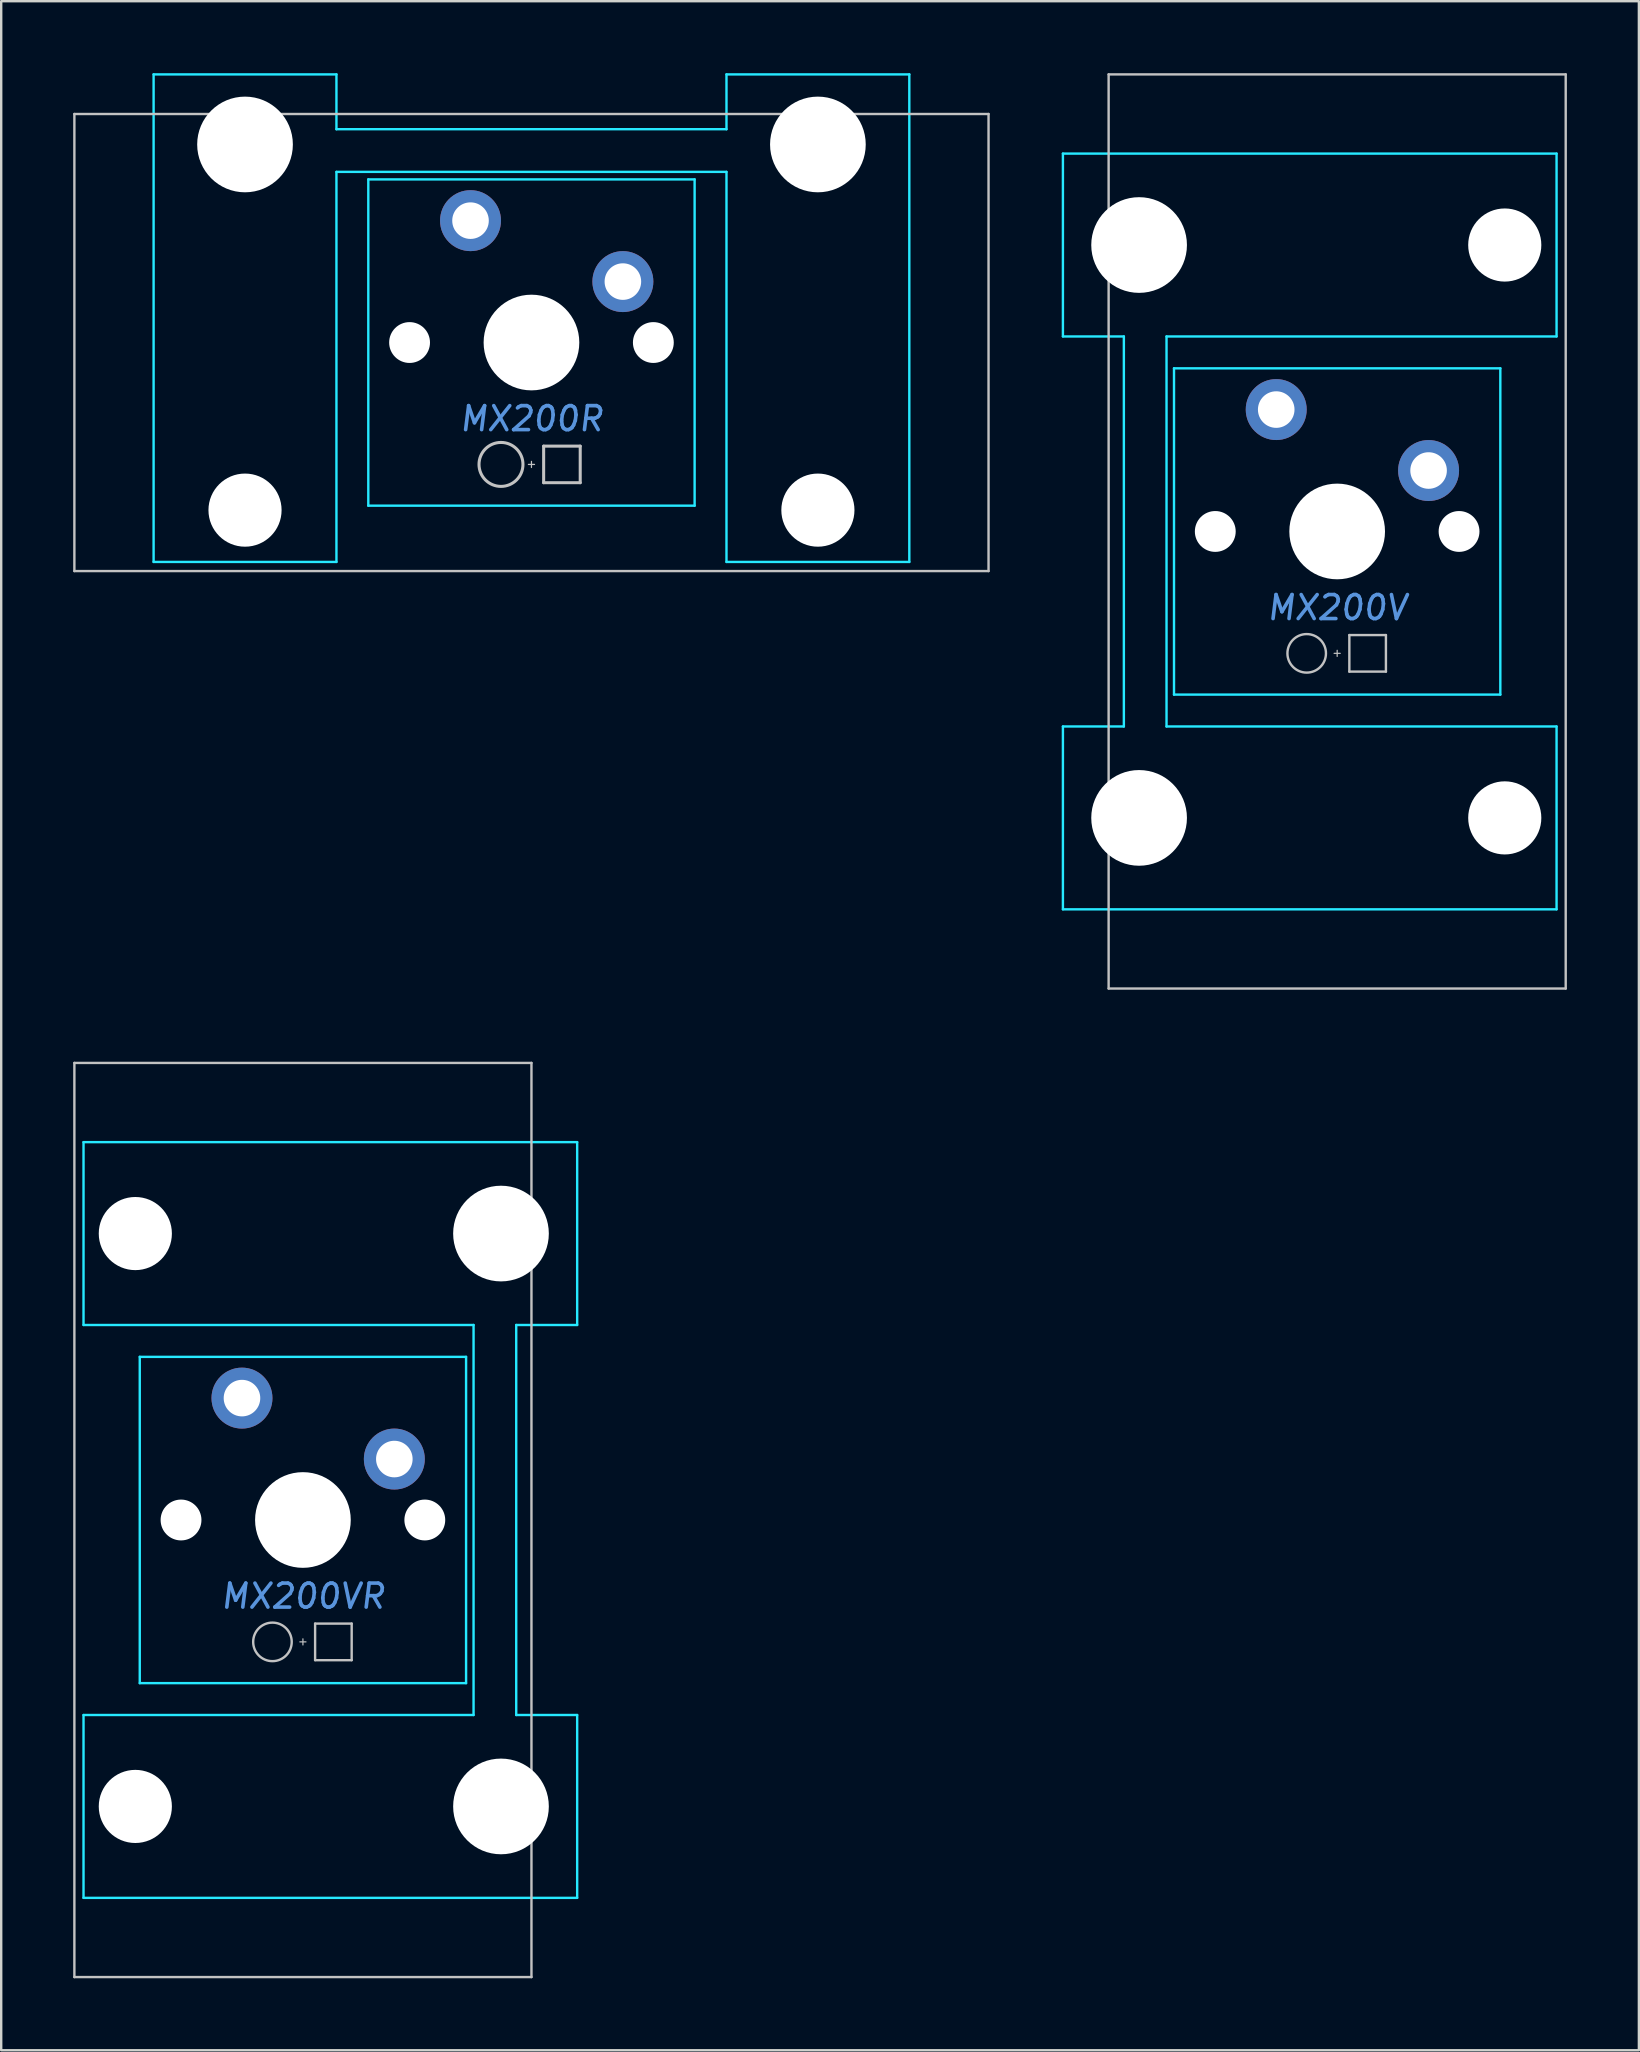
<source format=kicad_pcb>
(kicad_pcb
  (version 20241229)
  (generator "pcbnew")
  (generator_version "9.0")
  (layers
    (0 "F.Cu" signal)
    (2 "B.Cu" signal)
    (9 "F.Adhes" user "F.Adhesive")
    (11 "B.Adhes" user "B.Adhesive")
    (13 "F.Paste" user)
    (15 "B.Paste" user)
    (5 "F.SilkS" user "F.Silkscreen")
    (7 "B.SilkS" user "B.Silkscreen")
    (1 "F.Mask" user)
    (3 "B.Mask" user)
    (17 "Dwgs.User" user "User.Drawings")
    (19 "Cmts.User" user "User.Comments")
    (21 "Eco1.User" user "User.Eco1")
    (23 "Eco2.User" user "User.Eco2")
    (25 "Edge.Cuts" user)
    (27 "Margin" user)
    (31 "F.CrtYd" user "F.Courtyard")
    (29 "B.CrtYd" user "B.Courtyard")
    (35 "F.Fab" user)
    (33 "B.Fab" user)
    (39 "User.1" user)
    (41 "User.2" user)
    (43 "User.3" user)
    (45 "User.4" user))
  (footprint "MX200R"
    (layer "F.Cu")
    (at 19.1 11.226)
    (property "Reference" "MX200R" (at 0 3.175 0) (layer "Cmts.User") (effects (font (size 1 1) (thickness 0.15) (italic yes))))
    (attr through_hole)
    (fp_line (start -19.05 -9.525) (end -19.05 9.525) (stroke (width 0.1) (type solid)) (layer "Dwgs.User"))
    (fp_line (start -19.05 -9.525) (end 19.05 -9.525) (stroke (width 0.1) (type solid)) (layer "Dwgs.User"))
    (fp_line (start -19.05 9.525) (end 19.05 9.525) (stroke (width 0.1) (type solid)) (layer "Dwgs.User"))
    (fp_line (start -0.127 5.08) (end 0.127 5.08) (stroke (width 0.051) (type solid)) (layer "Dwgs.User"))
    (fp_line (start 0 4.953) (end 0 5.207) (stroke (width 0.051) (type solid)) (layer "Dwgs.User"))
    (fp_line (start 0.508 4.318) (end 0.508 5.842) (stroke (width 0.127) (type solid)) (layer "Dwgs.User"))
    (fp_line (start 0.508 4.318) (end 2.032 4.318) (stroke (width 0.127) (type solid)) (layer "Dwgs.User"))
    (fp_line (start 0.508 5.842) (end 2.032 5.842) (stroke (width 0.127) (type solid)) (layer "Dwgs.User"))
    (fp_line (start 2.032 5.842) (end 2.032 4.318) (stroke (width 0.127) (type solid)) (layer "Dwgs.User"))
    (fp_line (start 19.05 -9.525) (end 19.05 9.525) (stroke (width 0.1) (type solid)) (layer "Dwgs.User"))
    (fp_circle (center -1.27 5.08) (end -0.354 5.08) (stroke (width 0.127) (type solid)) (fill no) (layer "Dwgs.User"))
    (fp_line (start -15.748 9.144) (end -15.748 -11.176) (stroke (width 0.1) (type solid)) (layer "B.CrtYd"))
    (fp_line (start -8.128 -11.176) (end -15.748 -11.176) (stroke (width 0.1) (type solid)) (layer "B.CrtYd"))
    (fp_line (start -8.128 -8.89) (end -8.128 -11.176) (stroke (width 0.1) (type solid)) (layer "B.CrtYd"))
    (fp_line (start -8.128 -7.112) (end -8.128 9.144) (stroke (width 0.1) (type solid)) (layer "B.CrtYd"))
    (fp_line (start -8.128 9.144) (end -15.748 9.144) (stroke (width 0.1) (type solid)) (layer "B.CrtYd"))
    (fp_line (start -6.8 -6.8) (end -6.8 6.8) (stroke (width 0.1) (type solid)) (layer "B.CrtYd"))
    (fp_line (start 6.8 -6.8) (end -6.8 -6.8) (stroke (width 0.1) (type solid)) (layer "B.CrtYd"))
    (fp_line (start 6.8 -6.8) (end 6.8 6.8) (stroke (width 0.1) (type solid)) (layer "B.CrtYd"))
    (fp_line (start 6.8 6.8) (end -6.8 6.8) (stroke (width 0.1) (type solid)) (layer "B.CrtYd"))
    (fp_line (start 8.128 -8.89) (end -8.128 -8.89) (stroke (width 0.1) (type solid)) (layer "B.CrtYd"))
    (fp_line (start 8.128 -8.89) (end 8.128 -11.176) (stroke (width 0.1) (type solid)) (layer "B.CrtYd"))
    (fp_line (start 8.128 -7.112) (end -8.128 -7.112) (stroke (width 0.1) (type solid)) (layer "B.CrtYd"))
    (fp_line (start 8.128 -7.112) (end 8.128 9.144) (stroke (width 0.1) (type solid)) (layer "B.CrtYd"))
    (fp_line (start 15.748 -11.176) (end 8.128 -11.176) (stroke (width 0.1) (type solid)) (layer "B.CrtYd"))
    (fp_line (start 15.748 9.144) (end 8.128 9.144) (stroke (width 0.1) (type solid)) (layer "B.CrtYd"))
    (fp_line (start 15.748 9.144) (end 15.748 -11.176) (stroke (width 0.1) (type solid)) (layer "B.CrtYd"))
    (pad "" np_thru_hole circle (at -11.938 -8.255) (size 3.988 3.988) (drill 3.988) (layers "*.Cu" "*.Mask"))
    (pad "" np_thru_hole circle (at -11.938 6.985) (size 3.048 3.048) (drill 3.048) (layers "*.Cu" "*.Mask"))
    (pad "" np_thru_hole circle (at -5.08 0) (size 1.702 1.702) (drill 1.702) (layers "*.Cu" "*.Mask"))
    (pad "" connect circle (at -2.54 -5.08) (size 1.524 1.524) (layers "B.Mask"))
    (pad "" np_thru_hole circle (at 0 0) (size 3.988 3.988) (drill 3.988) (layers "*.Cu" "*.Mask"))
    (pad "" connect circle (at 3.81 -2.54) (size 1.524 1.524) (layers "B.Mask"))
    (pad "" np_thru_hole circle (at 5.08 0) (size 1.702 1.702) (drill 1.702) (layers "*.Cu" "*.Mask"))
    (pad "" np_thru_hole circle (at 11.938 -8.255) (size 3.988 3.988) (drill 3.988) (layers "*.Cu" "*.Mask"))
    (pad "" np_thru_hole circle (at 11.938 6.985) (size 3.048 3.048) (drill 3.048) (layers "*.Cu" "*.Mask"))
    (pad "1" thru_hole circle (at -2.54 -5.08) (size 2.54 2.54) (drill 1.524) (layers "*.Cu" "F.Mask"))
    (pad "2" thru_hole circle (at 3.81 -2.54) (size 2.54 2.54) (drill 1.524) (layers "*.Cu" "F.Mask")))
  (footprint "MX200V"
    (layer "F.Cu")
    (at 52.68 19.1)
    (property "Reference" "MX200V" (at 0 3.175 0) (layer "Cmts.User") (effects (font (size 1 1) (thickness 0.15) (italic yes))))
    (attr through_hole)
    (fp_line (start -9.525 -19.05) (end -9.525 19.05) (stroke (width 0.1) (type solid)) (layer "Dwgs.User"))
    (fp_line (start -0.127 5.08) (end 0.127 5.08) (stroke (width 0.05) (type solid)) (layer "Dwgs.User"))
    (fp_line (start 0 5.207) (end 0 4.953) (stroke (width 0.05) (type solid)) (layer "Dwgs.User"))
    (fp_line (start 0.508 4.318) (end 0.508 5.842) (stroke (width 0.1) (type solid)) (layer "Dwgs.User"))
    (fp_line (start 0.508 4.318) (end 2.032 4.318) (stroke (width 0.1) (type solid)) (layer "Dwgs.User"))
    (fp_line (start 0.508 5.842) (end 2.032 5.842) (stroke (width 0.1) (type solid)) (layer "Dwgs.User"))
    (fp_line (start 2.032 5.842) (end 2.032 4.318) (stroke (width 0.1) (type solid)) (layer "Dwgs.User"))
    (fp_line (start 9.525 -19.05) (end -9.525 -19.05) (stroke (width 0.1) (type solid)) (layer "Dwgs.User"))
    (fp_line (start 9.525 -19.05) (end 9.525 19.05) (stroke (width 0.1) (type solid)) (layer "Dwgs.User"))
    (fp_line (start 9.525 19.05) (end -9.525 19.05) (stroke (width 0.1) (type solid)) (layer "Dwgs.User"))
    (fp_circle (center -1.27 5.08) (end -0.467 5.08) (stroke (width 0.1) (type solid)) (fill no) (layer "Dwgs.User"))
    (fp_line (start -11.43 -15.748) (end 9.144 -15.748) (stroke (width 0.1) (type solid)) (layer "B.CrtYd"))
    (fp_line (start -11.43 -8.128) (end -11.43 -15.748) (stroke (width 0.1) (type solid)) (layer "B.CrtYd"))
    (fp_line (start -11.43 -8.128) (end -8.89 -8.128) (stroke (width 0.1) (type solid)) (layer "B.CrtYd"))
    (fp_line (start -11.43 8.128) (end -8.89 8.128) (stroke (width 0.1) (type solid)) (layer "B.CrtYd"))
    (fp_line (start -11.43 15.748) (end -11.43 8.128) (stroke (width 0.1) (type solid)) (layer "B.CrtYd"))
    (fp_line (start -8.89 -8.128) (end -8.89 8.128) (stroke (width 0.1) (type solid)) (layer "B.CrtYd"))
    (fp_line (start -7.112 -8.128) (end -7.112 8.128) (stroke (width 0.1) (type solid)) (layer "B.CrtYd"))
    (fp_line (start -6.8 6.8) (end -6.8 -6.8) (stroke (width 0.1) (type solid)) (layer "B.CrtYd"))
    (fp_line (start 6.8 -6.8) (end -6.8 -6.8) (stroke (width 0.1) (type solid)) (layer "B.CrtYd"))
    (fp_line (start 6.8 6.8) (end -6.8 6.8) (stroke (width 0.1) (type solid)) (layer "B.CrtYd"))
    (fp_line (start 6.8 6.8) (end 6.8 -6.8) (stroke (width 0.1) (type solid)) (layer "B.CrtYd"))
    (fp_line (start 9.144 -15.748) (end 9.144 -8.128) (stroke (width 0.1) (type solid)) (layer "B.CrtYd"))
    (fp_line (start 9.144 -8.128) (end -7.112 -8.128) (stroke (width 0.1) (type solid)) (layer "B.CrtYd"))
    (fp_line (start 9.144 8.128) (end -7.112 8.128) (stroke (width 0.1) (type solid)) (layer "B.CrtYd"))
    (fp_line (start 9.144 8.128) (end 9.144 15.748) (stroke (width 0.1) (type solid)) (layer "B.CrtYd"))
    (fp_line (start 9.144 15.748) (end -11.43 15.748) (stroke (width 0.1) (type solid)) (layer "B.CrtYd"))
    (pad "" np_thru_hole circle (at -8.255 -11.938 270) (size 3.988 3.988) (drill 3.988) (layers "*.Cu" "*.Mask"))
    (pad "" np_thru_hole circle (at -8.255 11.938 270) (size 3.988 3.988) (drill 3.988) (layers "*.Cu" "*.Mask"))
    (pad "" np_thru_hole circle (at -5.08 0) (size 1.702 1.702) (drill 1.702) (layers "*.Cu" "*.Mask"))
    (pad "" connect circle (at -2.54 -5.08) (size 1.524 1.524) (layers "B.Mask"))
    (pad "" np_thru_hole circle (at 0 0) (size 3.988 3.988) (drill 3.988) (layers "*.Cu" "*.Mask"))
    (pad "" connect circle (at 3.81 -2.54) (size 1.524 1.524) (layers "B.Mask"))
    (pad "" np_thru_hole circle (at 5.08 0) (size 1.702 1.702) (drill 1.702) (layers "*.Cu" "*.Mask"))
    (pad "" np_thru_hole circle (at 6.985 -11.938 270) (size 3.048 3.048) (drill 3.048) (layers "*.Cu" "*.Mask"))
    (pad "" np_thru_hole circle (at 6.985 11.938 270) (size 3.048 3.048) (drill 3.048) (layers "*.Cu" "*.Mask"))
    (pad "1" thru_hole circle (at -2.54 -5.08) (size 2.54 2.54) (drill 1.524) (layers "*.Cu" "F.Mask"))
    (pad "2" thru_hole circle (at 3.81 -2.54) (size 2.54 2.54) (drill 1.524) (layers "*.Cu" "F.Mask")))
  (footprint "MX200VR"
    (layer "F.Cu")
    (at 9.575 60.3)
    (property "Reference" "MX200VR" (at 0 3.175 0) (layer "Cmts.User") (effects (font (size 1 1) (thickness 0.15) (italic yes))))
    (attr through_hole)
    (fp_line (start -9.525 -19.05) (end -9.525 19.05) (stroke (width 0.1) (type solid)) (layer "Dwgs.User"))
    (fp_line (start -0.127 5.08) (end 0.127 5.08) (stroke (width 0.05) (type solid)) (layer "Dwgs.User"))
    (fp_line (start 0 5.207) (end 0 4.953) (stroke (width 0.05) (type solid)) (layer "Dwgs.User"))
    (fp_line (start 0.508 4.318) (end 0.508 5.842) (stroke (width 0.1) (type solid)) (layer "Dwgs.User"))
    (fp_line (start 0.508 4.318) (end 2.032 4.318) (stroke (width 0.1) (type solid)) (layer "Dwgs.User"))
    (fp_line (start 0.508 5.842) (end 2.032 5.842) (stroke (width 0.1) (type solid)) (layer "Dwgs.User"))
    (fp_line (start 2.032 5.842) (end 2.032 4.318) (stroke (width 0.1) (type solid)) (layer "Dwgs.User"))
    (fp_line (start 9.525 -19.05) (end -9.525 -19.05) (stroke (width 0.1) (type solid)) (layer "Dwgs.User"))
    (fp_line (start 9.525 -19.05) (end 9.525 19.05) (stroke (width 0.1) (type solid)) (layer "Dwgs.User"))
    (fp_line (start 9.525 19.05) (end -9.525 19.05) (stroke (width 0.1) (type solid)) (layer "Dwgs.User"))
    (fp_circle (center -1.27 5.08) (end -0.467 5.08) (stroke (width 0.1) (type solid)) (fill no) (layer "Dwgs.User"))
    (fp_line (start -9.144 -15.748) (end 11.43 -15.748) (stroke (width 0.1) (type solid)) (layer "B.CrtYd"))
    (fp_line (start -9.144 -8.128) (end -9.144 -15.748) (stroke (width 0.1) (type solid)) (layer "B.CrtYd"))
    (fp_line (start -9.144 -8.128) (end 7.112 -8.128) (stroke (width 0.1) (type solid)) (layer "B.CrtYd"))
    (fp_line (start -9.144 8.128) (end 7.112 8.128) (stroke (width 0.1) (type solid)) (layer "B.CrtYd"))
    (fp_line (start -9.144 15.748) (end -9.144 8.128) (stroke (width 0.1) (type solid)) (layer "B.CrtYd"))
    (fp_line (start -6.8 6.8) (end -6.8 -6.8) (stroke (width 0.1) (type solid)) (layer "B.CrtYd"))
    (fp_line (start 6.8 -6.8) (end -6.8 -6.8) (stroke (width 0.1) (type solid)) (layer "B.CrtYd"))
    (fp_line (start 6.8 6.8) (end -6.8 6.8) (stroke (width 0.1) (type solid)) (layer "B.CrtYd"))
    (fp_line (start 6.8 6.8) (end 6.8 -6.8) (stroke (width 0.1) (type solid)) (layer "B.CrtYd"))
    (fp_line (start 7.112 8.128) (end 7.112 -8.128) (stroke (width 0.1) (type solid)) (layer "B.CrtYd"))
    (fp_line (start 8.89 8.128) (end 8.89 -8.128) (stroke (width 0.1) (type solid)) (layer "B.CrtYd"))
    (fp_line (start 11.43 -15.748) (end 11.43 -8.128) (stroke (width 0.1) (type solid)) (layer "B.CrtYd"))
    (fp_line (start 11.43 -8.128) (end 8.89 -8.128) (stroke (width 0.1) (type solid)) (layer "B.CrtYd"))
    (fp_line (start 11.43 8.128) (end 8.89 8.128) (stroke (width 0.1) (type solid)) (layer "B.CrtYd"))
    (fp_line (start 11.43 8.128) (end 11.43 15.748) (stroke (width 0.1) (type solid)) (layer "B.CrtYd"))
    (fp_line (start 11.43 15.748) (end -9.144 15.748) (stroke (width 0.1) (type solid)) (layer "B.CrtYd"))
    (pad "" np_thru_hole circle (at -6.985 -11.938 90) (size 3.048 3.048) (drill 3.048) (layers "*.Cu" "*.Mask"))
    (pad "" np_thru_hole circle (at -6.985 11.938 90) (size 3.048 3.048) (drill 3.048) (layers "*.Cu" "*.Mask"))
    (pad "" np_thru_hole circle (at -5.08 0) (size 1.702 1.702) (drill 1.702) (layers "*.Cu" "*.Mask"))
    (pad "" connect circle (at -2.54 -5.08) (size 1.524 1.524) (layers "B.Mask"))
    (pad "" np_thru_hole circle (at 0 0) (size 3.988 3.988) (drill 3.988) (layers "*.Cu" "*.Mask"))
    (pad "" connect circle (at 3.81 -2.54) (size 1.524 1.524) (layers "B.Mask"))
    (pad "" np_thru_hole circle (at 5.08 0) (size 1.702 1.702) (drill 1.702) (layers "*.Cu" "*.Mask"))
    (pad "" np_thru_hole circle (at 8.255 -11.938 90) (size 3.988 3.988) (drill 3.988) (layers "*.Cu" "*.Mask"))
    (pad "" np_thru_hole circle (at 8.255 11.938 90) (size 3.988 3.988) (drill 3.988) (layers "*.Cu" "*.Mask"))
    (pad "1" thru_hole circle (at -2.54 -5.08) (size 2.54 2.54) (drill 1.524) (layers "*.Cu" "F.Mask"))
    (pad "2" thru_hole circle (at 3.81 -2.54) (size 2.54 2.54) (drill 1.524) (layers "*.Cu" "F.Mask")))
  (gr_rect
    (start -3 -3)
    (end 65.255 82.4)
    (stroke (width 0.1) (type default))
    (fill no)
    (layer "Edge.Cuts")))
</source>
